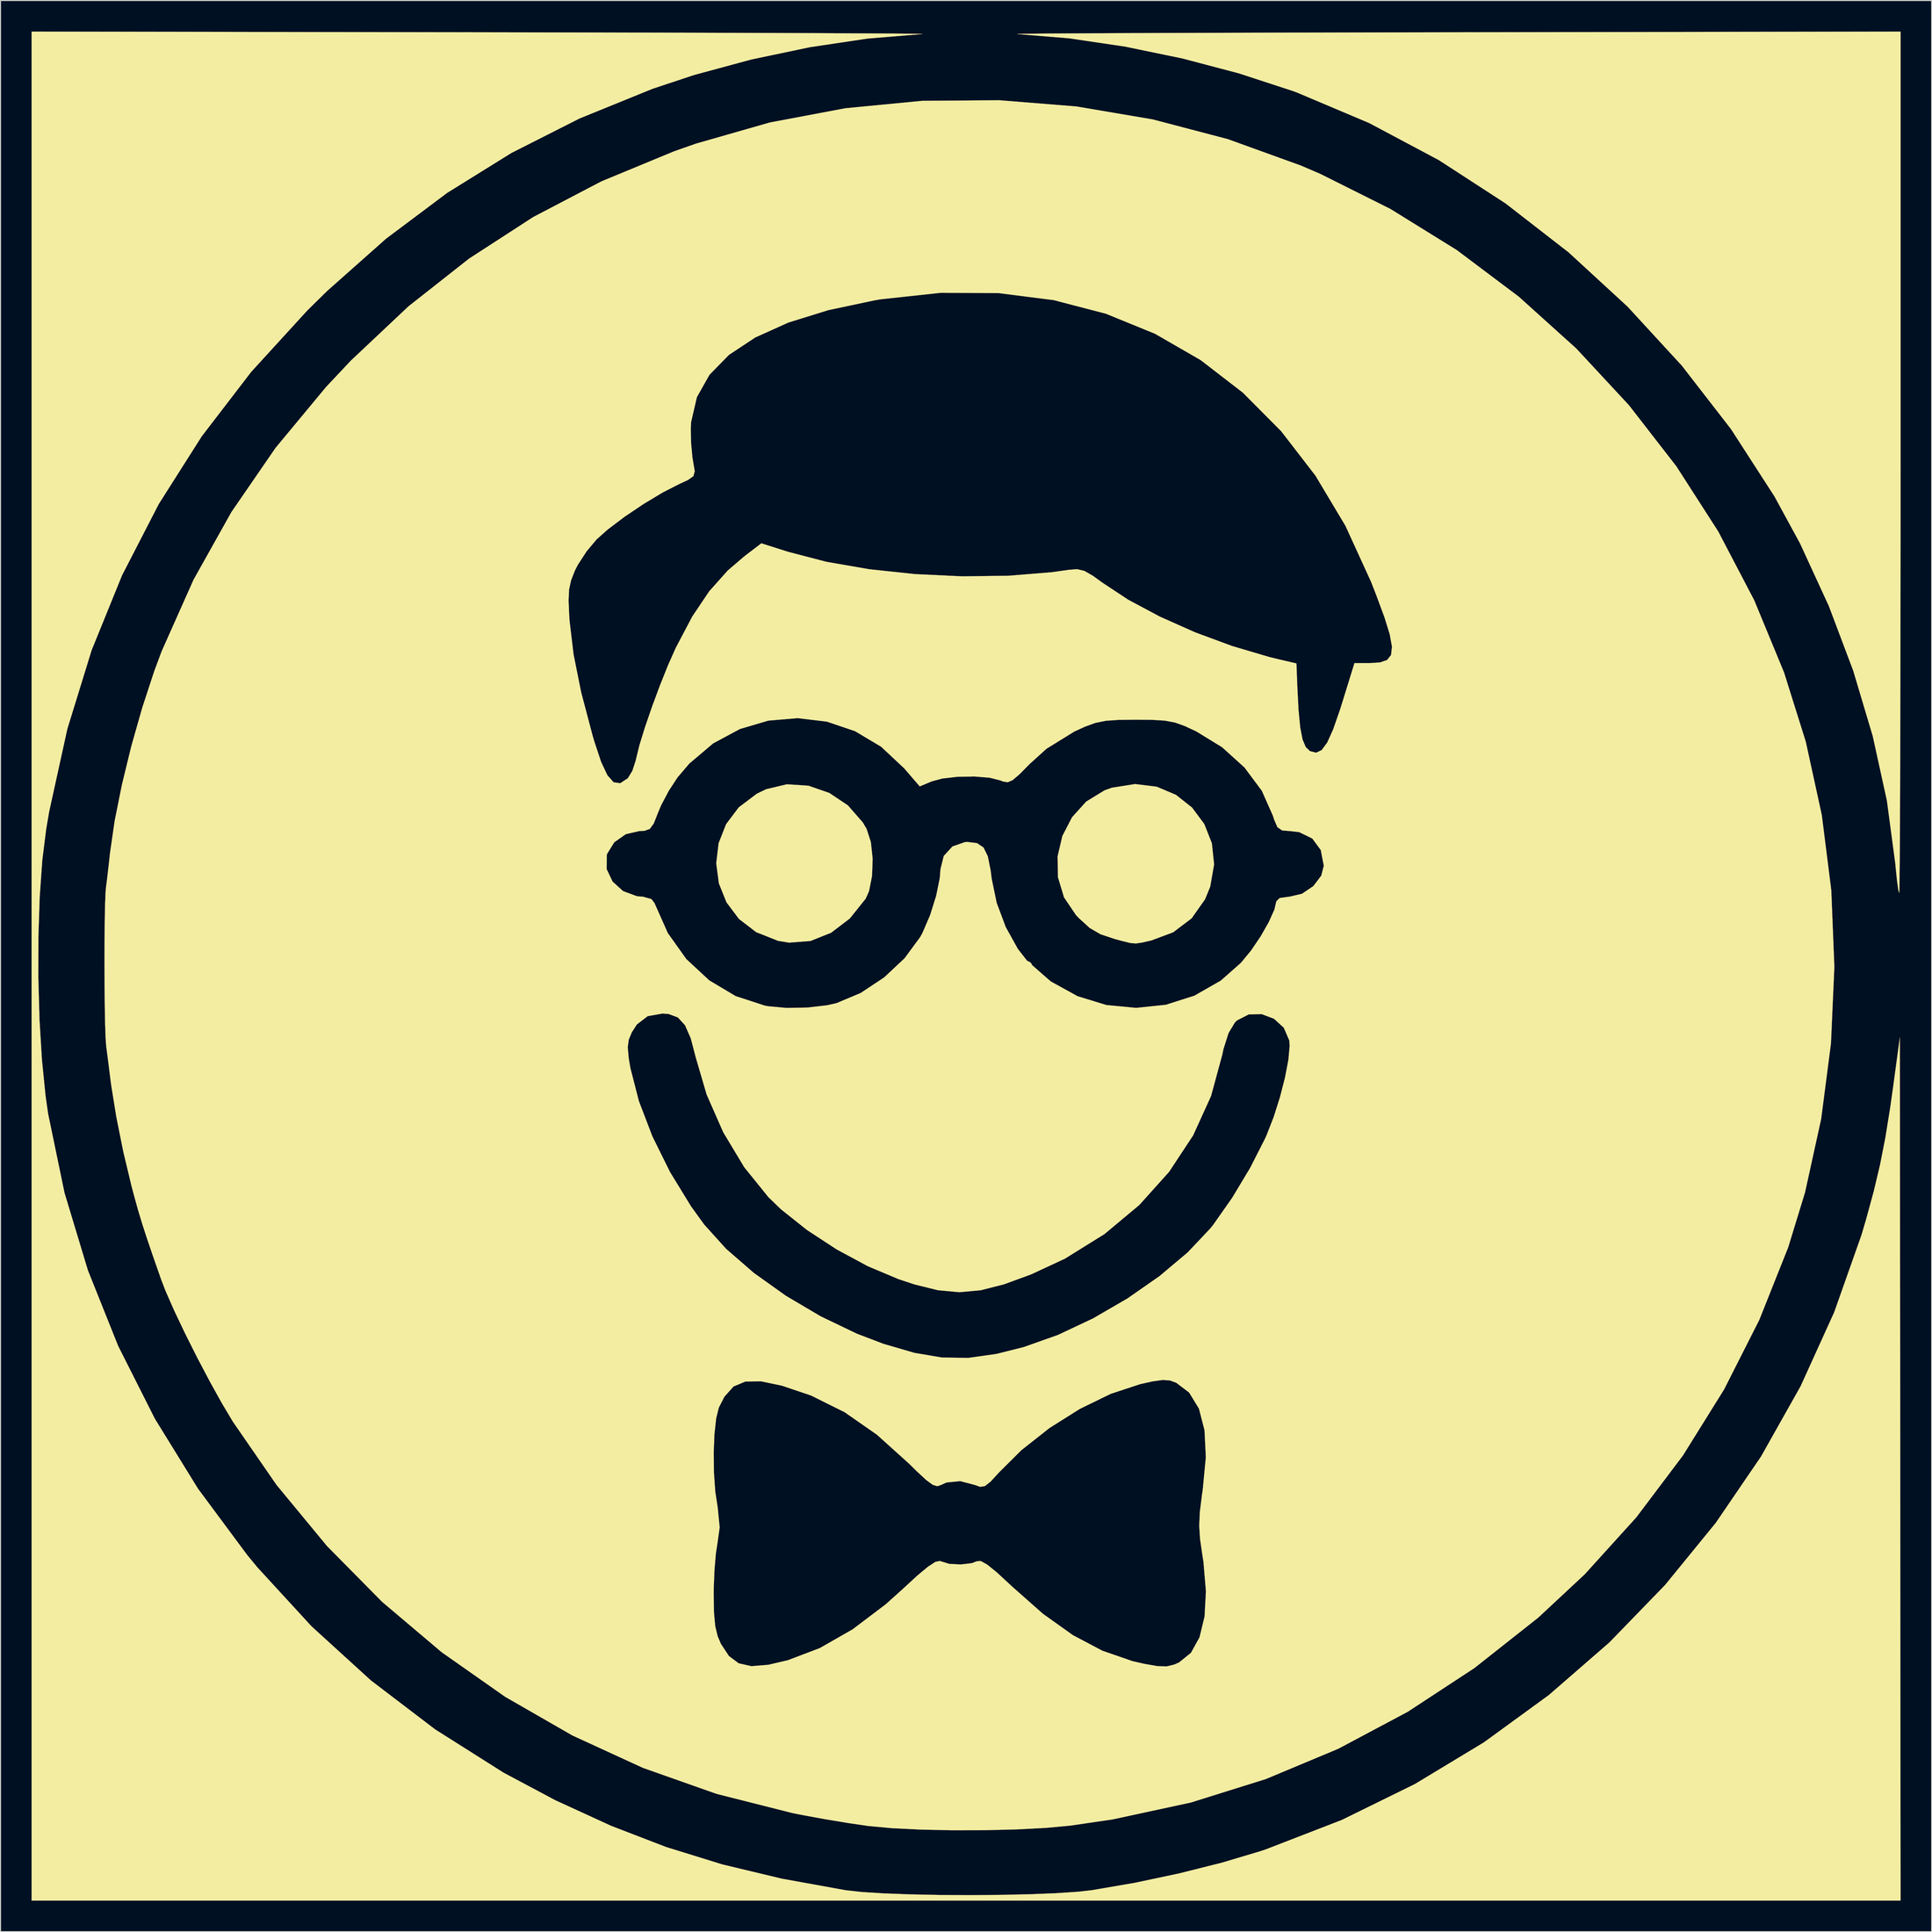
<source format=kicad_pcb>
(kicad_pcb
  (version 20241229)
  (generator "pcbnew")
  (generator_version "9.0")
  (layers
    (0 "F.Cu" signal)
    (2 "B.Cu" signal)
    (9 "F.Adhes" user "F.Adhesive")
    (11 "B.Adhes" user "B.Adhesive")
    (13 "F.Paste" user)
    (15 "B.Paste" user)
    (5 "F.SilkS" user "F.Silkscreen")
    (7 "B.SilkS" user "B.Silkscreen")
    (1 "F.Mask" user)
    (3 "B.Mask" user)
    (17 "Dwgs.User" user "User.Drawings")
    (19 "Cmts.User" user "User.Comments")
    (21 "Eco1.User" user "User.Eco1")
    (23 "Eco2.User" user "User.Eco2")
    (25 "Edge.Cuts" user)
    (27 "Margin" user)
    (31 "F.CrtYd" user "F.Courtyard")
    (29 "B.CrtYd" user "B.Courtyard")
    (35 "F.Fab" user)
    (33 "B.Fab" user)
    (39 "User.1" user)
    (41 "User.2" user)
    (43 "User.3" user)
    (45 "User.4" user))
  (footprint "shawn_logo"
    (layer "F.Cu")
    (at 90.316 90.316)
    (property "Reference" "shawn_logo" (at 0 0 0) (layer "F.SilkS") (effects (font (size 1.524 1.524) (thickness 0.3))))
    (attr through_hole)
    (fp_poly (pts (xy -15.232 -17.43) (xy -13.221 -16.732) (xy -11.424 -15.532) (xy -9.985 -13.885) (xy -9.614 -13.256) (xy -9.205 -11.99) (xy -9.031 -10.384) (xy -9.09 -8.712) (xy -9.378 -7.251) (xy -9.697 -6.526) (xy -11.234 -4.603) (xy -13.048 -3.221) (xy -15.042 -2.426) (xy -17.121 -2.266) (xy -18.168 -2.439) (xy -20.285 -3.28) (xy -21.95 -4.557) (xy -23.155 -6.162) (xy -23.889 -7.989) (xy -24.146 -9.928) (xy -23.917 -11.872) (xy -23.193 -13.714) (xy -21.965 -15.344) (xy -20.225 -16.656) (xy -19.326 -17.092) (xy -17.315 -17.569) (xy -15.232 -17.43)) (stroke (width 0.01) (type solid)) (fill yes) (layer "F.SilkS"))
    (fp_poly (pts (xy 18.427 -17.334) (xy 20.286 -16.547) (xy 21.841 -15.316) (xy 23.02 -13.729) (xy 23.753 -11.869) (xy 23.968 -9.823) (xy 23.592 -7.677) (xy 23.095 -6.458) (xy 21.799 -4.619) (xy 20.018 -3.269) (xy 17.919 -2.483) (xy 16.996 -2.271) (xy 16.399 -2.185) (xy 15.844 -2.236) (xy 15.046 -2.434) (xy 14.395 -2.61) (xy 13.013 -3.068) (xy 11.949 -3.683) (xy 10.884 -4.653) (xy 10.627 -4.924) (xy 9.466 -6.641) (xy 8.883 -8.575) (xy 8.843 -10.597) (xy 9.308 -12.578) (xy 10.244 -14.388) (xy 11.612 -15.9) (xy 13.378 -16.982) (xy 14.084 -17.236) (xy 16.335 -17.592) (xy 18.427 -17.334)) (stroke (width 0.01) (type solid)) (fill yes) (layer "F.SilkS"))
    (fp_poly (pts (xy 90.311 -48.683) (xy 90.31 -43.327) (xy 90.307 -38.171) (xy 90.302 -33.259) (xy 90.295 -28.633) (xy 90.286 -24.339) (xy 90.276 -20.419) (xy 90.265 -16.916) (xy 90.252 -13.875) (xy 90.238 -11.338) (xy 90.223 -9.349) (xy 90.207 -7.952) (xy 90.191 -7.19) (xy 90.18 -7.056) (xy 90.092 -7.38) (xy 89.972 -8.244) (xy 89.841 -9.485) (xy 89.797 -9.966) (xy 88.991 -15.993) (xy 87.622 -22.235) (xy 85.736 -28.551) (xy 83.38 -34.8) (xy 80.6 -40.842) (xy 78.129 -45.386) (xy 73.921 -51.903) (xy 69.168 -58.036) (xy 63.92 -63.742) (xy 58.227 -68.98) (xy 52.136 -73.709) (xy 45.698 -77.887) (xy 38.962 -81.473) (xy 31.977 -84.425) (xy 31.574 -84.573) (xy 26.365 -86.277) (xy 20.884 -87.722) (xy 15.339 -88.867) (xy 9.939 -89.666) (xy 4.939 -90.076) (xy 4.995 -90.089) (xy 5.716 -90.102) (xy 7.065 -90.116) (xy 9.001 -90.13) (xy 11.484 -90.145) (xy 14.475 -90.159) (xy 17.936 -90.173) (xy 21.825 -90.186) (xy 26.105 -90.199) (xy 30.735 -90.212) (xy 35.675 -90.223) (xy 40.888 -90.234) (xy 46.332 -90.243) (xy 46.478 -90.243) (xy 90.311 -90.311) (xy 90.311 -48.683)) (stroke (width 0.01) (type solid)) (fill yes) (layer "F.SilkS"))
    (fp_poly (pts (xy -46.126 -90.243) (xy -40.653 -90.234) (xy -35.411 -90.224) (xy -30.439 -90.212) (xy -25.776 -90.2) (xy -21.462 -90.187) (xy -17.535 -90.173) (xy -14.036 -90.16) (xy -11.003 -90.145) (xy -8.476 -90.131) (xy -6.494 -90.117) (xy -5.097 -90.103) (xy -4.323 -90.09) (xy -4.213 -90.077) (xy -4.233 -90.076) (xy -9.5 -89.642) (xy -15.085 -88.807) (xy -20.758 -87.616) (xy -26.292 -86.117) (xy -30.306 -84.784) (xy -37.35 -81.92) (xy -43.935 -78.587) (xy -50.143 -74.731) (xy -56.057 -70.299) (xy -61.757 -65.241) (xy -63.676 -63.353) (xy -69.083 -57.435) (xy -73.862 -51.208) (xy -78.022 -44.657) (xy -81.57 -37.768) (xy -84.513 -30.525) (xy -86.86 -22.913) (xy -88.617 -14.919) (xy -88.905 -13.229) (xy -89.279 -10.234) (xy -89.528 -6.719) (xy -89.656 -2.86) (xy -89.662 1.171) (xy -89.548 5.197) (xy -89.315 9.044) (xy -88.964 12.538) (xy -88.72 14.258) (xy -87.132 21.915) (xy -84.868 29.412) (xy -81.95 36.707) (xy -78.397 43.753) (xy -74.23 50.507) (xy -69.47 56.923) (xy -68.478 58.126) (xy -63.254 63.814) (xy -57.515 69.042) (xy -51.31 73.77) (xy -44.689 77.959) (xy -39.688 80.621) (xy -34.305 83.09) (xy -28.991 85.137) (xy -23.557 86.819) (xy -17.817 88.194) (xy -11.642 89.312) (xy -10.082 89.485) (xy -7.96 89.619) (xy -5.415 89.714) (xy -2.591 89.77) (xy 0.373 89.786) (xy 3.334 89.764) (xy 6.151 89.702) (xy 8.683 89.601) (xy 10.788 89.462) (xy 12.171 89.307) (xy 16.328 88.592) (xy 20.591 87.688) (xy 24.701 86.656) (xy 28.402 85.554) (xy 28.928 85.38) (xy 36.317 82.519) (xy 43.366 79.056) (xy 50.044 75.023) (xy 56.322 70.45) (xy 62.169 65.369) (xy 67.557 59.811) (xy 72.453 53.809) (xy 76.83 47.393) (xy 80.656 40.595) (xy 83.902 33.445) (xy 86.539 25.977) (xy 86.97 24.518) (xy 87.724 21.756) (xy 88.331 19.197) (xy 88.843 16.589) (xy 89.311 13.682) (xy 89.599 11.642) (xy 90.244 6.879) (xy 90.278 48.595) (xy 90.311 90.311) (xy -90.311 90.311) (xy -90.311 -90.311) (xy -46.126 -90.243)) (stroke (width 0.01) (type solid)) (fill yes) (layer "F.SilkS"))
    (fp_poly (pts (xy 10.662 -83.077) (xy 18.04 -81.824) (xy 25.287 -79.921) (xy 32.343 -77.37) (xy 34.219 -76.566) (xy 41.005 -73.174) (xy 47.414 -69.204) (xy 53.415 -64.694) (xy 58.975 -59.681) (xy 64.063 -54.202) (xy 68.647 -48.294) (xy 72.694 -41.996) (xy 76.172 -35.344) (xy 79.05 -28.376) (xy 81.147 -21.696) (xy 82.696 -14.604) (xy 83.616 -7.318) (xy 83.912 0.069) (xy 83.585 7.459) (xy 82.639 14.759) (xy 81.077 21.873) (xy 79.452 27.178) (xy 76.659 34.19) (xy 73.255 40.914) (xy 69.281 47.294) (xy 64.776 53.271) (xy 59.779 58.788) (xy 55.289 62.972) (xy 49.117 67.847) (xy 42.678 72.069) (xy 35.968 75.641) (xy 28.982 78.563) (xy 21.715 80.838) (xy 14.164 82.468) (xy 10.082 83.067) (xy 7.727 83.286) (xy 4.905 83.434) (xy 1.808 83.511) (xy -1.368 83.517) (xy -4.432 83.451) (xy -7.189 83.313) (xy -9.446 83.103) (xy -9.525 83.092) (xy -11.389 82.82) (xy -13.589 82.455) (xy -15.772 82.056) (xy -16.75 81.862) (xy -24.117 79.999) (xy -31.226 77.489) (xy -38.044 74.357) (xy -44.539 70.623) (xy -50.679 66.312) (xy -56.431 61.446) (xy -57.143 60.725) (xy -24.395 60.725) (xy -24.363 62.515) (xy -24.243 63.8) (xy -24.007 64.774) (xy -23.691 65.51) (xy -22.922 66.678) (xy -21.977 67.385) (xy -20.745 67.659) (xy -19.114 67.526) (xy -17.216 67.082) (xy -14.135 65.911) (xy -10.964 64.098) (xy -7.774 61.686) (xy -6.189 60.264) (xy -4.723 58.914) (xy -3.668 58.035) (xy -2.957 57.577) (xy -2.523 57.491) (xy -2.446 57.524) (xy -1.629 57.772) (xy -0.504 57.831) (xy 0.559 57.704) (xy 1.044 57.519) (xy 1.422 57.5) (xy 2.038 57.84) (xy 2.967 58.593) (xy 4.286 59.813) (xy 4.395 59.917) (xy 7.423 62.594) (xy 10.316 64.658) (xy 13.167 66.165) (xy 16.071 67.17) (xy 17.19 67.429) (xy 18.49 67.655) (xy 19.374 67.684) (xy 20.109 67.507) (xy 20.574 67.305) (xy 21.732 66.372) (xy 22.561 64.87) (xy 23.049 62.864) (xy 23.18 60.415) (xy 22.943 57.589) (xy 22.837 56.91) (xy 22.614 55.38) (xy 22.532 54.094) (xy 22.592 52.766) (xy 22.797 51.111) (xy 22.877 50.571) (xy 23.171 47.469) (xy 23.045 44.861) (xy 22.505 42.768) (xy 21.556 41.214) (xy 20.315 40.273) (xy 19.699 40.045) (xy 18.999 39.997) (xy 18.007 40.138) (xy 16.819 40.402) (xy 13.974 41.341) (xy 10.991 42.795) (xy 8.054 44.646) (xy 5.346 46.782) (xy 3.181 48.936) (xy 2.367 49.823) (xy 1.819 50.254) (xy 1.36 50.325) (xy 0.861 50.149) (xy -0.565 49.774) (xy -1.899 49.906) (xy -2.415 50.142) (xy -2.777 50.265) (xy -3.218 50.133) (xy -3.848 49.672) (xy -4.78 48.81) (xy -5.506 48.092) (xy -8.617 45.288) (xy -11.741 43.113) (xy -14.99 41.498) (xy -17.793 40.553) (xy -19.796 40.133) (xy -21.321 40.146) (xy -22.474 40.628) (xy -23.36 41.618) (xy -23.896 42.669) (xy -24.155 43.707) (xy -24.322 45.242) (xy -24.394 47.07) (xy -24.367 48.988) (xy -24.241 50.794) (xy -24.013 52.283) (xy -24.009 52.299) (xy -23.816 54.249) (xy -24.012 55.651) (xy -24.183 56.771) (xy -24.315 58.326) (xy -24.387 60.045) (xy -24.395 60.725) (xy -57.143 60.725) (xy -61.763 56.047) (xy -66.643 50.138) (xy -70.851 44.041) (xy -71.914 42.261) (xy -73.098 40.129) (xy -74.319 37.811) (xy -75.492 35.474) (xy -76.533 33.285) (xy -77.357 31.412) (xy -77.773 30.339) (xy -78.563 28.079) (xy -79.167 26.307) (xy -79.639 24.85) (xy -80.036 23.532) (xy -80.411 22.179) (xy -80.653 21.262) (xy -81.444 17.959) (xy -82.122 14.585) (xy -82.624 11.465) (xy -82.715 10.76) (xy -82.882 9.423) (xy -83.048 8.148) (xy -83.088 7.849) (xy -32.7 7.849) (xy -32.61 8.868) (xy -32.449 9.833) (xy -31.629 13.03) (xy -30.322 16.448) (xy -28.614 19.902) (xy -26.594 23.205) (xy -25.317 24.974) (xy -23.193 27.328) (xy -20.51 29.657) (xy -17.414 31.864) (xy -14.047 33.853) (xy -10.553 35.53) (xy -7.979 36.51) (xy -4.991 37.381) (xy -2.333 37.831) (xy 0.226 37.865) (xy 2.917 37.487) (xy 5.567 36.823) (xy 8.883 35.647) (xy 12.276 34.048) (xy 15.595 32.122) (xy 18.689 29.966) (xy 21.409 27.679) (xy 23.603 25.356) (xy 23.906 24.974) (xy 25.722 22.386) (xy 27.453 19.504) (xy 28.889 16.683) (xy 29.037 16.355) (xy 29.725 14.595) (xy 30.335 12.672) (xy 30.825 10.762) (xy 31.152 9.046) (xy 31.272 7.702) (xy 31.234 7.178) (xy 30.702 5.952) (xy 29.75 5.085) (xy 28.558 4.639) (xy 27.311 4.671) (xy 26.19 5.244) (xy 25.977 5.45) (xy 25.362 6.476) (xy 24.874 8.015) (xy 24.765 8.541) (xy 23.672 12.564) (xy 21.94 16.364) (xy 19.616 19.888) (xy 16.745 23.084) (xy 13.375 25.898) (xy 9.55 28.276) (xy 6.302 29.787) (xy 3.667 30.754) (xy 1.416 31.328) (xy -0.648 31.516) (xy -2.72 31.325) (xy -4.997 30.762) (xy -6.526 30.255) (xy -9.492 29.007) (xy -12.513 27.378) (xy -15.378 25.503) (xy -17.878 23.513) (xy -19.096 22.339) (xy -21.442 19.435) (xy -23.469 16.06) (xy -25.073 12.414) (xy -26.116 8.857) (xy -26.607 6.981) (xy -27.163 5.714) (xy -27.855 4.961) (xy -28.757 4.627) (xy -29.343 4.586) (xy -30.775 4.839) (xy -31.825 5.649) (xy -32.307 6.404) (xy -32.602 7.109) (xy -32.7 7.849) (xy -83.088 7.849) (xy -83.1 7.761) (xy -83.159 6.963) (xy -83.206 5.609) (xy -83.24 3.845) (xy -83.26 1.817) (xy -83.268 -0.329) (xy -83.262 -2.446) (xy -83.242 -4.389) (xy -83.209 -6.01) (xy -83.161 -7.164) (xy -83.124 -7.585) (xy -83.007 -8.504) (xy -82.906 -9.374) (xy -34.738 -9.374) (xy -34.169 -8.171) (xy -33.151 -7.247) (xy -31.811 -6.75) (xy -31.227 -6.703) (xy -30.411 -6.474) (xy -30.113 -6.085) (xy -28.826 -3.187) (xy -27.037 -0.676) (xy -24.827 1.378) (xy -22.274 2.9) (xy -19.46 3.819) (xy -19.127 3.882) (xy -17.345 4.046) (xy -15.322 4.008) (xy -13.417 3.786) (xy -12.514 3.58) (xy -10.178 2.597) (xy -7.922 1.099) (xy -5.943 -0.754) (xy -4.436 -2.802) (xy -4.212 -3.214) (xy -3.477 -4.921) (xy -2.892 -6.786) (xy -2.539 -8.518) (xy -2.474 -9.37) (xy -2.157 -10.642) (xy -1.316 -11.563) (xy -0.102 -11.983) (xy 0.147 -11.994) (xy 1.059 -11.88) (xy 1.684 -11.459) (xy 2.097 -10.615) (xy 2.375 -9.232) (xy 2.471 -8.45) (xy 2.955 -6.112) (xy 3.836 -3.76) (xy 5.001 -1.661) (xy 5.893 -0.517) (xy 8.185 1.485) (xy 10.774 2.912) (xy 13.559 3.765) (xy 16.438 4.041) (xy 19.309 3.74) (xy 22.07 2.86) (xy 24.62 1.402) (xy 26.571 -0.321) (xy 27.536 -1.495) (xy 28.468 -2.87) (xy 29.258 -4.256) (xy 29.799 -5.466) (xy 29.983 -6.262) (xy 30.308 -6.577) (xy 31.182 -6.702) (xy 31.248 -6.703) (xy 32.464 -6.989) (xy 33.557 -7.726) (xy 34.325 -8.734) (xy 34.572 -9.697) (xy 34.279 -11.217) (xy 33.457 -12.33) (xy 32.192 -12.946) (xy 31.365 -13.042) (xy 30.551 -13.109) (xy 30.092 -13.419) (xy 29.768 -14.165) (xy 29.658 -14.52) (xy 28.584 -16.941) (xy 26.911 -19.189) (xy 24.742 -21.151) (xy 22.253 -22.677) (xy 21.122 -23.206) (xy 20.183 -23.54) (xy 19.206 -23.722) (xy 17.961 -23.798) (xy 16.412 -23.812) (xy 14.718 -23.793) (xy 13.493 -23.706) (xy 12.502 -23.505) (xy 11.508 -23.145) (xy 10.472 -22.674) (xy 7.779 -21.01) (xy 6.144 -19.533) (xy 5.16 -18.535) (xy 4.503 -17.975) (xy 4.025 -17.769) (xy 3.577 -17.835) (xy 3.329 -17.938) (xy 2.277 -18.205) (xy 0.808 -18.324) (xy -0.807 -18.297) (xy -2.297 -18.128) (xy -3.309 -17.856) (xy -4.478 -17.367) (xy -5.978 -19.108) (xy -8.212 -21.201) (xy -10.735 -22.705) (xy -13.456 -23.625) (xy -16.28 -23.963) (xy -19.114 -23.723) (xy -21.866 -22.909) (xy -24.441 -21.525) (xy -26.747 -19.575) (xy -27.881 -18.244) (xy -28.73 -16.948) (xy -29.487 -15.51) (xy -29.777 -14.813) (xy -30.186 -13.782) (xy -30.565 -13.258) (xy -31.084 -13.072) (xy -31.561 -13.053) (xy -32.885 -12.752) (xy -34.004 -11.963) (xy -34.687 -10.857) (xy -34.729 -10.711) (xy -34.738 -9.374) (xy -82.906 -9.374) (xy -82.855 -9.808) (xy -82.731 -10.936) (xy -82.286 -14.021) (xy -81.582 -17.529) (xy -80.675 -21.25) (xy -79.617 -24.972) (xy -78.464 -28.487) (xy -77.743 -30.421) (xy -75.55 -35.343) (xy -38.418 -35.343) (xy -38.355 -33.862) (xy -38.321 -33.356) (xy -37.936 -30.123) (xy -37.202 -26.466) (xy -36.104 -22.306) (xy -35.929 -21.71) (xy -35.277 -19.744) (xy -34.666 -18.441) (xy -34.061 -17.763) (xy -33.425 -17.671) (xy -32.724 -18.127) (xy -32.671 -18.179) (xy -32.247 -18.881) (xy -31.92 -19.888) (xy -31.891 -20.031) (xy -31.577 -21.314) (xy -31.043 -23.05) (xy -30.356 -25.052) (xy -29.584 -27.13) (xy -28.795 -29.095) (xy -28.057 -30.756) (xy -28.05 -30.77) (xy -26.462 -33.782) (xy -24.823 -36.223) (xy -23.036 -38.226) (xy -21.417 -39.613) (xy -19.787 -40.857) (xy -17.171 -40.027) (xy -13.509 -39.073) (xy -9.366 -38.354) (xy -4.93 -37.881) (xy -0.387 -37.667) (xy 4.072 -37.722) (xy 8.261 -38.06) (xy 9.945 -38.297) (xy 10.731 -38.358) (xy 11.43 -38.192) (xy 12.264 -37.713) (xy 13.153 -37.068) (xy 15.673 -35.402) (xy 18.723 -33.774) (xy 22.126 -32.258) (xy 25.707 -30.933) (xy 29.292 -29.873) (xy 30.163 -29.66) (xy 31.926 -29.248) (xy 32.009 -27.059) (xy 32.127 -24.754) (xy 32.29 -23.063) (xy 32.517 -21.896) (xy 32.825 -21.164) (xy 33.23 -20.777) (xy 33.824 -20.621) (xy 34.368 -20.876) (xy 34.904 -21.606) (xy 35.477 -22.878) (xy 36.13 -24.755) (xy 36.361 -25.488) (xy 37.534 -29.281) (xy 39.009 -29.281) (xy 40.001 -29.344) (xy 40.689 -29.582) (xy 41.075 -30.067) (xy 41.16 -30.871) (xy 40.944 -32.066) (xy 40.429 -33.724) (xy 39.617 -35.917) (xy 39.139 -37.136) (xy 36.668 -42.541) (xy 33.764 -47.399) (xy 30.448 -51.698) (xy 26.743 -55.424) (xy 22.67 -58.566) (xy 18.252 -61.112) (xy 13.512 -63.047) (xy 8.47 -64.361) (xy 3.148 -65.039) (xy -2.43 -65.071) (xy -8.243 -64.443) (xy -8.808 -64.349) (xy -13.322 -63.391) (xy -17.179 -62.192) (xy -20.378 -60.75) (xy -22.919 -59.068) (xy -24.799 -57.147) (xy -26.017 -54.986) (xy -26.573 -52.588) (xy -26.61 -51.858) (xy -26.571 -50.471) (xy -26.446 -49.141) (xy -26.358 -48.617) (xy -26.225 -47.827) (xy -26.352 -47.352) (xy -26.878 -46.978) (xy -27.668 -46.614) (xy -29.3 -45.783) (xy -31.153 -44.671) (xy -33.004 -43.425) (xy -34.633 -42.194) (xy -35.713 -41.234) (xy -36.679 -40.078) (xy -37.537 -38.754) (xy -37.819 -38.196) (xy -38.174 -37.285) (xy -38.366 -36.409) (xy -38.418 -35.343) (xy -75.55 -35.343) (xy -74.66 -37.339) (xy -70.999 -43.88) (xy -66.736 -50.079) (xy -61.848 -55.971) (xy -59.462 -58.508) (xy -53.894 -63.755) (xy -48.036 -68.37) (xy -41.84 -72.385) (xy -35.258 -75.83) (xy -28.241 -78.734) (xy -26.106 -79.484) (xy -18.968 -81.527) (xy -11.663 -82.904) (xy -4.25 -83.62) (xy 3.212 -83.677) (xy 10.662 -83.077)) (stroke (width 0.01) (type solid)) (fill yes) (layer "F.SilkS")))
  (gr_rect
    (start -3 -3)
    (end 183.632 183.632)
    (stroke (width 0.1) (type default))
    (fill no)
    (layer "Edge.Cuts")))
</source>
